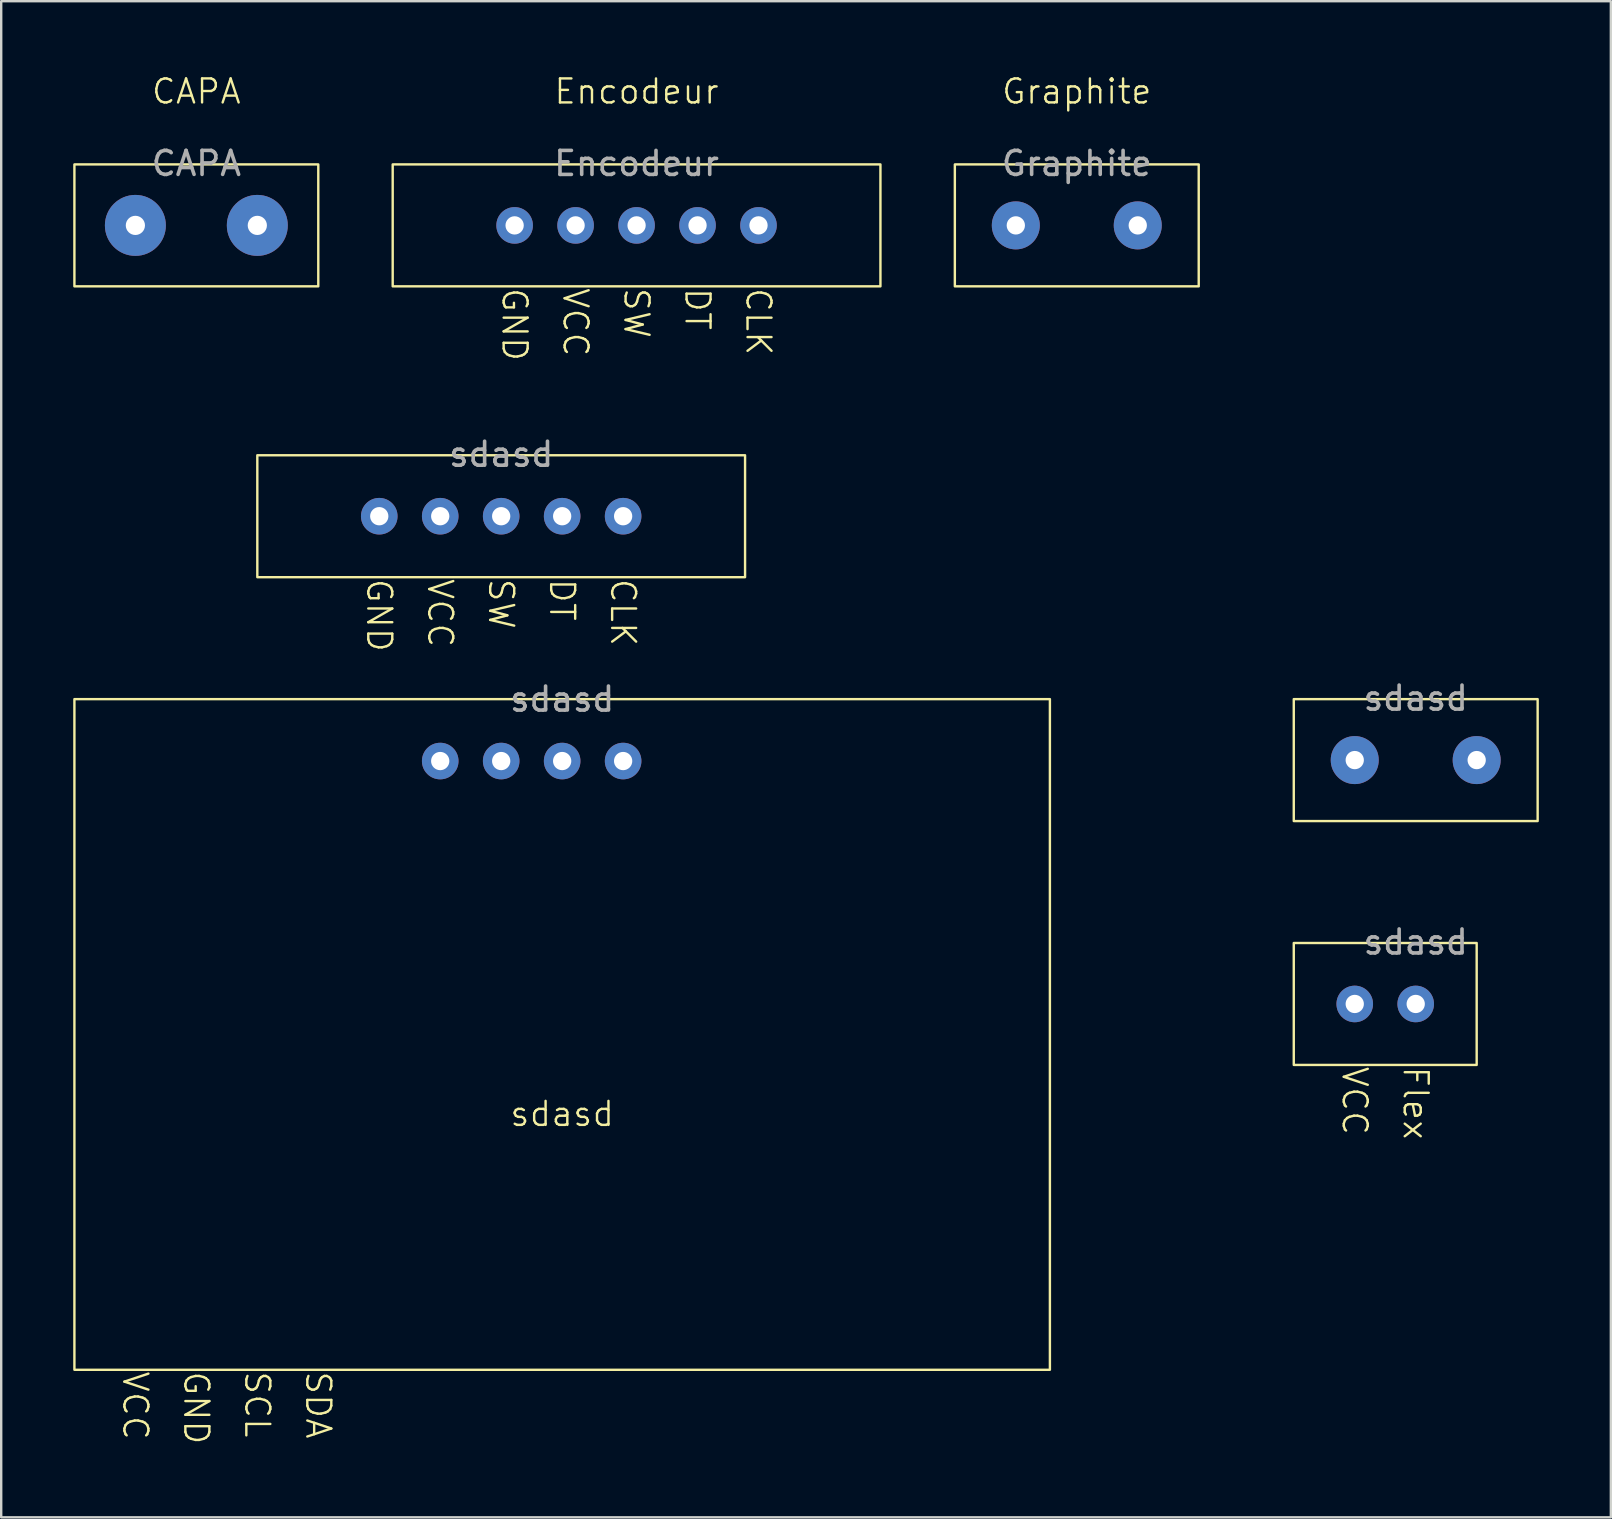
<source format=kicad_pcb>
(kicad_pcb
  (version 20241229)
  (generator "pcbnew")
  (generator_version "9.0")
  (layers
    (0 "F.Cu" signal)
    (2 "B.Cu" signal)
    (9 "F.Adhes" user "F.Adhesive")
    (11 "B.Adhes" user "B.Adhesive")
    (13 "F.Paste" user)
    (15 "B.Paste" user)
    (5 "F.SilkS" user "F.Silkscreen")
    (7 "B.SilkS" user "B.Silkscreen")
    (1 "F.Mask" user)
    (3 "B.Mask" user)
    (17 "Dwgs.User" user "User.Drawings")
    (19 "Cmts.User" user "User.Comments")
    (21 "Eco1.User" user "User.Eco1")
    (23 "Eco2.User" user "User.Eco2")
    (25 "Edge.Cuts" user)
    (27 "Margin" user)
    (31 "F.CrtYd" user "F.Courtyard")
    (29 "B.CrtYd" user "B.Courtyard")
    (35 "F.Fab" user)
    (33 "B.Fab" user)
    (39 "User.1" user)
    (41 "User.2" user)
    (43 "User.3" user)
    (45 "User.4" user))
  (footprint "Graphite"
    (layer "F.Cu")
    (at 41.81 1.26)
    (property "Reference" "Graphite" (at 0 -0.5 0) (unlocked yes) (layer "F.SilkS") (effects (font (size 1 1) (thickness 0.1))))
    (attr through_hole)
    (fp_rect (start -5.08 2.54) (end 5.08 7.62) (stroke (width 0.1) (type default)) (fill no) (layer "F.SilkS"))
    (fp_text user "${REFERENCE}" (at 0 2.5 0) (unlocked yes) (layer "F.Fab") (effects (font (size 1 1) (thickness 0.15))))
    (pad "1" thru_hole circle (at -2.54 5.08) (size 2 2) (drill 0.762) (layers "*.Cu" "*.Mask"))
    (pad "2" thru_hole circle (at 2.54 5.08) (size 2 2) (drill 0.762) (layers "*.Cu" "*.Mask")))
  (footprint "Encodeur"
    (layer "F.Cu")
    (at 23.47 1.26)
    (property "Reference" "Encodeur" (at 0 -0.5 0) (unlocked yes) (layer "F.SilkS") (effects (font (size 1 1) (thickness 0.1))))
    (attr through_hole)
    (fp_rect (start -10.16 2.54) (end 10.16 7.62) (stroke (width 0.1) (type default)) (fill no) (layer "F.SilkS"))
    (fp_text user "DT" (at 2.54 7.62 270) (unlocked yes) (layer "F.SilkS") (effects (font (size 1 1) (thickness 0.1)) (justify left)))
    (fp_text user "GND" (at -5.08 7.62 270) (unlocked yes) (layer "F.SilkS") (effects (font (size 1 1) (thickness 0.1)) (justify left)))
    (fp_text user "VCC" (at -2.54 7.62 270) (unlocked yes) (layer "F.SilkS") (effects (font (size 1 1) (thickness 0.1)) (justify left)))
    (fp_text user "SW" (at 0 7.62 270) (unlocked yes) (layer "F.SilkS") (effects (font (size 1 1) (thickness 0.1)) (justify left)))
    (fp_text user "CLK" (at 5.08 7.62 270) (unlocked yes) (layer "F.SilkS") (effects (font (size 1 1) (thickness 0.1)) (justify left)))
    (fp_text user "${REFERENCE}" (at 0 2.5 0) (unlocked yes) (layer "F.Fab") (effects (font (size 1 1) (thickness 0.15))))
    (pad "1" thru_hole circle (at -5.08 5.08) (size 1.524 1.524) (drill 0.762) (layers "*.Cu" "*.Mask"))
    (pad "2" thru_hole circle (at -2.54 5.08) (size 1.524 1.524) (drill 0.762) (layers "*.Cu" "*.Mask"))
    (pad "3" thru_hole circle (at 0 5.08) (size 1.524 1.524) (drill 0.762) (layers "*.Cu" "*.Mask"))
    (pad "4" thru_hole circle (at 2.54 5.08) (size 1.524 1.524) (drill 0.762) (layers "*.Cu" "*.Mask"))
    (pad "5" thru_hole circle (at 5.08 5.08) (size 1.524 1.524) (drill 0.762) (layers "*.Cu" "*.Mask")))
  (footprint "CAPA"
    (layer "F.Cu")
    (at 5.13 1.26)
    (property "Reference" "CAPA" (at 0 -0.5 0) (unlocked yes) (layer "F.SilkS") (effects (font (size 1 1) (thickness 0.1))))
    (attr through_hole)
    (fp_rect (start 5.08 7.62) (end -5.08 2.54) (stroke (width 0.1) (type default)) (fill no) (layer "F.SilkS"))
    (fp_text user "${REFERENCE}" (at 0 2.5 0) (unlocked yes) (layer "F.Fab") (effects (font (size 1 1) (thickness 0.15))))
    (pad "1" thru_hole circle (at -2.54 5.08) (size 2.54 2.54) (drill 0.8) (layers "*.Cu" "*.Mask"))
    (pad "2" thru_hole circle (at 2.54 5.08) (size 2.54 2.54) (drill 0.8) (layers "*.Cu" "*.Mask")))
  (footprint "sdasd"
    (layer "F.Cu")
    (at 20.37 43.856)
    (property "Reference" "sdasd" (at 0 -0.5 0) (unlocked yes) (layer "F.SilkS") (effects (font (size 1 1) (thickness 0.1))))
    (attr through_hole)
    (fp_rect (start -20.32 10.16) (end 20.32 -17.78) (stroke (width 0.1) (type default)) (fill no) (layer "F.SilkS"))
    (fp_rect (start -12.7 -27.94) (end 7.62 -22.86) (stroke (width 0.1) (type default)) (fill no) (layer "F.SilkS"))
    (fp_rect (start 30.48 -17.78) (end 40.64 -12.7) (stroke (width 0.1) (type default)) (fill no) (layer "F.SilkS"))
    (fp_rect (start 38.1 -2.54) (end 30.48 -7.62) (stroke (width 0.1) (type default)) (fill no) (layer "F.SilkS"))
    (fp_text user "CLK" (at 2.54 -22.86 270) (unlocked yes) (layer "F.SilkS") (effects (font (size 1 1) (thickness 0.1)) (justify left)))
    (fp_text user "VCC" (at -5.08 -22.86 270) (unlocked yes) (layer "F.SilkS") (effects (font (size 1 1) (thickness 0.1)) (justify left)))
    (fp_text user "DT" (at 0 -22.86 270) (unlocked yes) (layer "F.SilkS") (effects (font (size 1 1) (thickness 0.1)) (justify left)))
    (fp_text user "GND" (at -15.24 10.16 270) (unlocked yes) (layer "F.SilkS") (effects (font (size 1 1) (thickness 0.1)) (justify left)))
    (fp_text user "SDA" (at -10.16 10.16 270) (unlocked yes) (layer "F.SilkS") (effects (font (size 1 1) (thickness 0.1)) (justify left)))
    (fp_text user "GND" (at -7.62 -22.86 270) (unlocked yes) (layer "F.SilkS") (effects (font (size 1 1) (thickness 0.1)) (justify left)))
    (fp_text user "VCC" (at -17.78 10.16 270) (unlocked yes) (layer "F.SilkS") (effects (font (size 1 1) (thickness 0.1)) (justify left)))
    (fp_text user "SW" (at -2.54 -22.86 270) (unlocked yes) (layer "F.SilkS") (effects (font (size 1 1) (thickness 0.1)) (justify left)))
    (fp_text user "Flex" (at 35.56 -2.54 270) (unlocked yes) (layer "F.SilkS") (effects (font (size 1 1) (thickness 0.1)) (justify left)))
    (fp_text user "SCL" (at -12.7 10.16 270) (unlocked yes) (layer "F.SilkS") (effects (font (size 1 1) (thickness 0.1)) (justify left)))
    (fp_text user "VCC" (at 33.02 -2.54 270) (unlocked yes) (layer "F.SilkS") (effects (font (size 1 1) (thickness 0.1)) (justify left)))
    (fp_text user "${REFERENCE}" (at -2.54 -27.98 0) (unlocked yes) (layer "F.Fab") (effects (font (size 1 1) (thickness 0.15))))
    (fp_text user "${REFERENCE}" (at 35.56 -7.66 0) (unlocked yes) (layer "F.Fab") (effects (font (size 1 1) (thickness 0.15))))
    (fp_text user "${REFERENCE}" (at 0 -17.78 0) (unlocked yes) (layer "F.Fab") (effects (font (size 1 1) (thickness 0.15))))
    (fp_text user "${REFERENCE}" (at 35.56 -17.82 0) (unlocked yes) (layer "F.Fab") (effects (font (size 1 1) (thickness 0.15))))
    (pad "1" thru_hole circle (at -7.62 -25.4) (size 1.524 1.524) (drill 0.762) (layers "*.Cu" "*.Mask"))
    (pad "1" thru_hole circle (at -5.08 -15.2) (size 1.524 1.524) (drill 0.762) (layers "*.Cu" "*.Mask"))
    (pad "1" thru_hole circle (at 33.02 -15.24) (size 2 2) (drill 0.762) (layers "*.Cu" "*.Mask"))
    (pad "1" thru_hole circle (at 33.02 -5.08) (size 1.524 1.524) (drill 0.762) (layers "*.Cu" "*.Mask"))
    (pad "2" thru_hole circle (at -5.08 -25.4) (size 1.524 1.524) (drill 0.762) (layers "*.Cu" "*.Mask"))
    (pad "2" thru_hole circle (at -2.54 -15.2) (size 1.524 1.524) (drill 0.762) (layers "*.Cu" "*.Mask"))
    (pad "2" thru_hole circle (at 35.56 -5.08) (size 1.524 1.524) (drill 0.762) (layers "*.Cu" "*.Mask"))
    (pad "2" thru_hole circle (at 38.1 -15.24) (size 2 2) (drill 0.762) (layers "*.Cu" "*.Mask"))
    (pad "3" thru_hole circle (at -2.54 -25.4) (size 1.524 1.524) (drill 0.762) (layers "*.Cu" "*.Mask"))
    (pad "3" thru_hole circle (at 0 -15.2) (size 1.524 1.524) (drill 0.762) (layers "*.Cu" "*.Mask"))
    (pad "4" thru_hole circle (at 0 -25.4) (size 1.524 1.524) (drill 0.762) (layers "*.Cu" "*.Mask"))
    (pad "4" thru_hole circle (at 2.54 -15.2) (size 1.524 1.524) (drill 0.762) (layers "*.Cu" "*.Mask"))
    (pad "5" thru_hole circle (at 2.54 -25.4) (size 1.524 1.524) (drill 0.762) (layers "*.Cu" "*.Mask")))
  (gr_rect
    (start -3 -3)
    (end 64.06 60.164)
    (stroke (width 0.1) (type default))
    (fill no)
    (layer "Edge.Cuts")))
</source>
